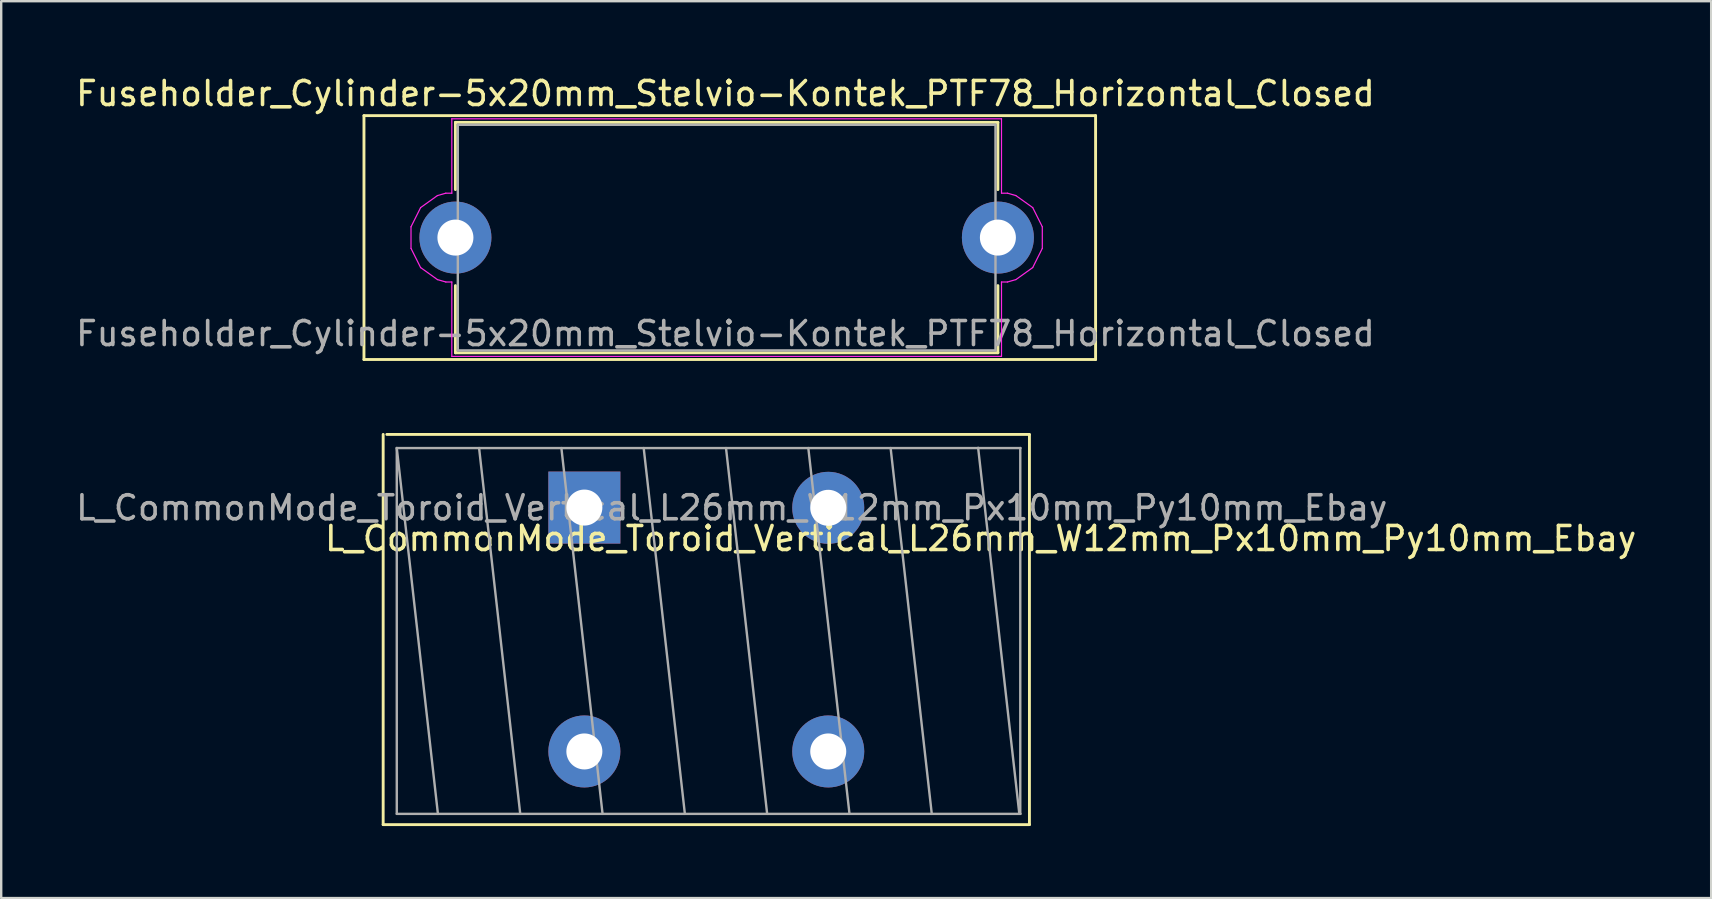
<source format=kicad_pcb>
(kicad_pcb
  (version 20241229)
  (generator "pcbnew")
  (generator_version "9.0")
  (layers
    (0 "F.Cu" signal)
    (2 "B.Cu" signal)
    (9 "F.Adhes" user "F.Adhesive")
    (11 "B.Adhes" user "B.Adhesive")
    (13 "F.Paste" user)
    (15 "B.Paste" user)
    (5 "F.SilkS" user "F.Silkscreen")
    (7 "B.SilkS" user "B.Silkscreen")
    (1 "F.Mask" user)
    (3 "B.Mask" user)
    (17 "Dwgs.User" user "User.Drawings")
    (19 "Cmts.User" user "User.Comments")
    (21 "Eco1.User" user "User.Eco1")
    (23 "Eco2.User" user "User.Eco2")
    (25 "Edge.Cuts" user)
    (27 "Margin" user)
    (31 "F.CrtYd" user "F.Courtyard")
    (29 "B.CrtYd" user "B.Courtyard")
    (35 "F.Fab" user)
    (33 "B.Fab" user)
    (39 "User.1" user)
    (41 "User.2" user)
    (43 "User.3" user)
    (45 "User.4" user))
  (footprint "L_CommonMode_Toroid_Vertical_L26mm_W12mm_Px10mm_Py10mm_Ebay"
    (layer "F.Cu")
    (at 26.375 23.176)
    (property "Reference" "L_CommonMode_Toroid_Vertical_L26mm_W12mm_Px10mm_Py10mm_Ebay" (at 11.43 -3.79 180) (layer "F.SilkS") (effects (font (size 1 1) (thickness 0.15))))
    (attr through_hole)
    (fp_line (start -13.462 -8.128) (end -13.462 8.128) (stroke (width 0.12) (type solid)) (layer "F.SilkS"))
    (fp_line (start -13.462 8.128) (end 13.462 8.128) (stroke (width 0.12) (type solid)) (layer "F.SilkS"))
    (fp_line (start -13.31 -8.128) (end 13.462 -8.128) (stroke (width 0.12) (type solid)) (layer "F.SilkS"))
    (fp_line (start 13.462 -8.114) (end 13.462 8.128) (stroke (width 0.12) (type solid)) (layer "F.SilkS"))
    (fp_line (start -12.895 -7.56) (end -12.895 7.68) (stroke (width 0.1) (type solid)) (layer "F.Fab"))
    (fp_line (start -12.895 -7.56) (end -11.181 7.68) (stroke (width 0.1) (type solid)) (layer "F.Fab"))
    (fp_line (start -12.895 7.68) (end 13.09 7.68) (stroke (width 0.1) (type solid)) (layer "F.Fab"))
    (fp_line (start -9.466 -7.56) (end -7.752 7.68) (stroke (width 0.1) (type solid)) (layer "F.Fab"))
    (fp_line (start -6.037 -7.56) (end -4.322 7.68) (stroke (width 0.1) (type solid)) (layer "F.Fab"))
    (fp_line (start -2.608 -7.56) (end -0.893 7.68) (stroke (width 0.1) (type solid)) (layer "F.Fab"))
    (fp_line (start 0.821 -7.56) (end 2.535 7.68) (stroke (width 0.1) (type solid)) (layer "F.Fab"))
    (fp_line (start 4.25 -7.56) (end 5.965 7.68) (stroke (width 0.1) (type solid)) (layer "F.Fab"))
    (fp_line (start 7.679 -7.56) (end 9.393 7.68) (stroke (width 0.1) (type solid)) (layer "F.Fab"))
    (fp_line (start 11.325 -7.57) (end 13.04 7.67) (stroke (width 0.1) (type solid)) (layer "F.Fab"))
    (fp_line (start 13.08 7.68) (end 13.08 -7.56) (stroke (width 0.1) (type solid)) (layer "F.Fab"))
    (fp_line (start 13.09 -7.56) (end -12.895 -7.56) (stroke (width 0.1) (type solid)) (layer "F.Fab"))
    (fp_text user "${REFERENCE}" (at 1.06 -5.07 180) (layer "F.Fab") (effects (font (size 1 1) (thickness 0.15))))
    (pad "1" thru_hole rect (at -5.08 -5.08) (size 3 3) (drill 1.5) (layers "*.Cu" "*.Mask"))
    (pad "2" thru_hole circle (at 5.08 -5.07) (size 3 3) (drill 1.5) (layers "*.Cu" "*.Mask"))
    (pad "3" thru_hole circle (at 5.08 5.08) (size 3 3) (drill 1.5) (layers "*.Cu" "*.Mask"))
    (pad "4" thru_hole circle (at -5.08 5.08) (size 3 3) (drill 1.5) (layers "*.Cu" "*.Mask")))
  (footprint "Fuseholder_Cylinder-5x20mm_Stelvio-Kontek_PTF78_Horizontal_Closed"
    (layer "F.Cu")
    (at 15.923 6.848)
    (property "Reference" "Fuseholder_Cylinder-5x20mm_Stelvio-Kontek_PTF78_Horizontal_Closed" (at 11.25 -6 180) (layer "F.SilkS") (effects (font (size 1 1) (thickness 0.15))))
    (attr through_hole)
    (fp_line (start -3.81 -5.08) (end 26.67 -5.08) (stroke (width 0.12) (type solid)) (layer "F.SilkS"))
    (fp_line (start -3.81 5.08) (end -3.81 -5.08) (stroke (width 0.12) (type solid)) (layer "F.SilkS"))
    (fp_line (start 0 -4.8) (end 22.6 -4.8) (stroke (width 0.12) (type solid)) (layer "F.SilkS"))
    (fp_line (start 0 -2) (end 0 -4.8) (stroke (width 0.12) (type solid)) (layer "F.SilkS"))
    (fp_line (start 0 4.8) (end 0 2) (stroke (width 0.12) (type solid)) (layer "F.SilkS"))
    (fp_line (start 0 4.8) (end 22.6 4.8) (stroke (width 0.12) (type solid)) (layer "F.SilkS"))
    (fp_line (start 22.6 -2) (end 22.6 -4.8) (stroke (width 0.12) (type solid)) (layer "F.SilkS"))
    (fp_line (start 22.6 4.8) (end 22.6 2) (stroke (width 0.12) (type solid)) (layer "F.SilkS"))
    (fp_line (start 26.67 -5.08) (end 26.67 5.08) (stroke (width 0.12) (type solid)) (layer "F.SilkS"))
    (fp_line (start 26.67 5.08) (end -3.81 5.08) (stroke (width 0.12) (type solid)) (layer "F.SilkS"))
    (fp_line (start -1.85 -0.45) (end -1.85 0.45) (stroke (width 0.05) (type solid)) (layer "F.CrtYd"))
    (fp_line (start -1.85 -0.45) (end -1.45 -1.25) (stroke (width 0.05) (type solid)) (layer "F.CrtYd"))
    (fp_line (start -1.45 1.25) (end -1.85 0.45) (stroke (width 0.05) (type solid)) (layer "F.CrtYd"))
    (fp_line (start -1.45 1.25) (end -0.75 1.75) (stroke (width 0.05) (type solid)) (layer "F.CrtYd"))
    (fp_line (start -0.75 -1.75) (end -1.45 -1.25) (stroke (width 0.05) (type solid)) (layer "F.CrtYd"))
    (fp_line (start -0.75 1.75) (end -0.4 1.85) (stroke (width 0.05) (type solid)) (layer "F.CrtYd"))
    (fp_line (start -0.4 -1.85) (end -0.75 -1.75) (stroke (width 0.05) (type solid)) (layer "F.CrtYd"))
    (fp_line (start -0.4 1.85) (end -0.15 1.85) (stroke (width 0.05) (type solid)) (layer "F.CrtYd"))
    (fp_line (start -0.15 -4.95) (end 22.75 -4.95) (stroke (width 0.05) (type solid)) (layer "F.CrtYd"))
    (fp_line (start -0.15 -1.85) (end -0.4 -1.85) (stroke (width 0.05) (type solid)) (layer "F.CrtYd"))
    (fp_line (start -0.15 -1.85) (end -0.15 -4.95) (stroke (width 0.05) (type solid)) (layer "F.CrtYd"))
    (fp_line (start -0.15 4.95) (end -0.15 1.85) (stroke (width 0.05) (type solid)) (layer "F.CrtYd"))
    (fp_line (start 22.75 -1.85) (end 22.75 -4.95) (stroke (width 0.05) (type solid)) (layer "F.CrtYd"))
    (fp_line (start 22.75 -1.85) (end 23 -1.85) (stroke (width 0.05) (type solid)) (layer "F.CrtYd"))
    (fp_line (start 22.75 1.85) (end 22.75 4.95) (stroke (width 0.05) (type solid)) (layer "F.CrtYd"))
    (fp_line (start 22.75 1.85) (end 23 1.85) (stroke (width 0.05) (type solid)) (layer "F.CrtYd"))
    (fp_line (start 22.75 4.95) (end -0.15 4.95) (stroke (width 0.05) (type solid)) (layer "F.CrtYd"))
    (fp_line (start 23 1.85) (end 23.35 1.75) (stroke (width 0.05) (type solid)) (layer "F.CrtYd"))
    (fp_line (start 23.35 -1.75) (end 23 -1.85) (stroke (width 0.05) (type solid)) (layer "F.CrtYd"))
    (fp_line (start 23.35 1.75) (end 24.05 1.25) (stroke (width 0.05) (type solid)) (layer "F.CrtYd"))
    (fp_line (start 24.05 -1.25) (end 23.35 -1.75) (stroke (width 0.05) (type solid)) (layer "F.CrtYd"))
    (fp_line (start 24.05 1.25) (end 24.45 0.45) (stroke (width 0.05) (type solid)) (layer "F.CrtYd"))
    (fp_line (start 24.45 -0.45) (end 24.05 -1.25) (stroke (width 0.05) (type solid)) (layer "F.CrtYd"))
    (fp_line (start 24.45 0.45) (end 24.45 -0.45) (stroke (width 0.05) (type solid)) (layer "F.CrtYd"))
    (fp_line (start 0.1 -4.7) (end 0.1 4.7) (stroke (width 0.1) (type solid)) (layer "F.Fab"))
    (fp_line (start 0.1 4.7) (end 22.5 4.7) (stroke (width 0.1) (type solid)) (layer "F.Fab"))
    (fp_line (start 22.5 -4.7) (end 0.1 -4.7) (stroke (width 0.1) (type solid)) (layer "F.Fab"))
    (fp_line (start 22.5 4.7) (end 22.5 -4.7) (stroke (width 0.1) (type solid)) (layer "F.Fab"))
    (fp_text user "${REFERENCE}" (at 11.25 4 180) (layer "F.Fab") (effects (font (size 1 1) (thickness 0.15))))
    (pad "1" thru_hole circle (at 0 0) (size 3 3) (drill 1.5) (layers "*.Cu" "*.Mask"))
    (pad "2" thru_hole circle (at 22.6 0) (size 3 3) (drill 1.5) (layers "*.Cu" "*.Mask")))
  (gr_rect
    (start -3 -3)
    (end 68.239 34.364)
    (stroke (width 0.1) (type default))
    (fill no)
    (layer "Edge.Cuts")))
</source>
